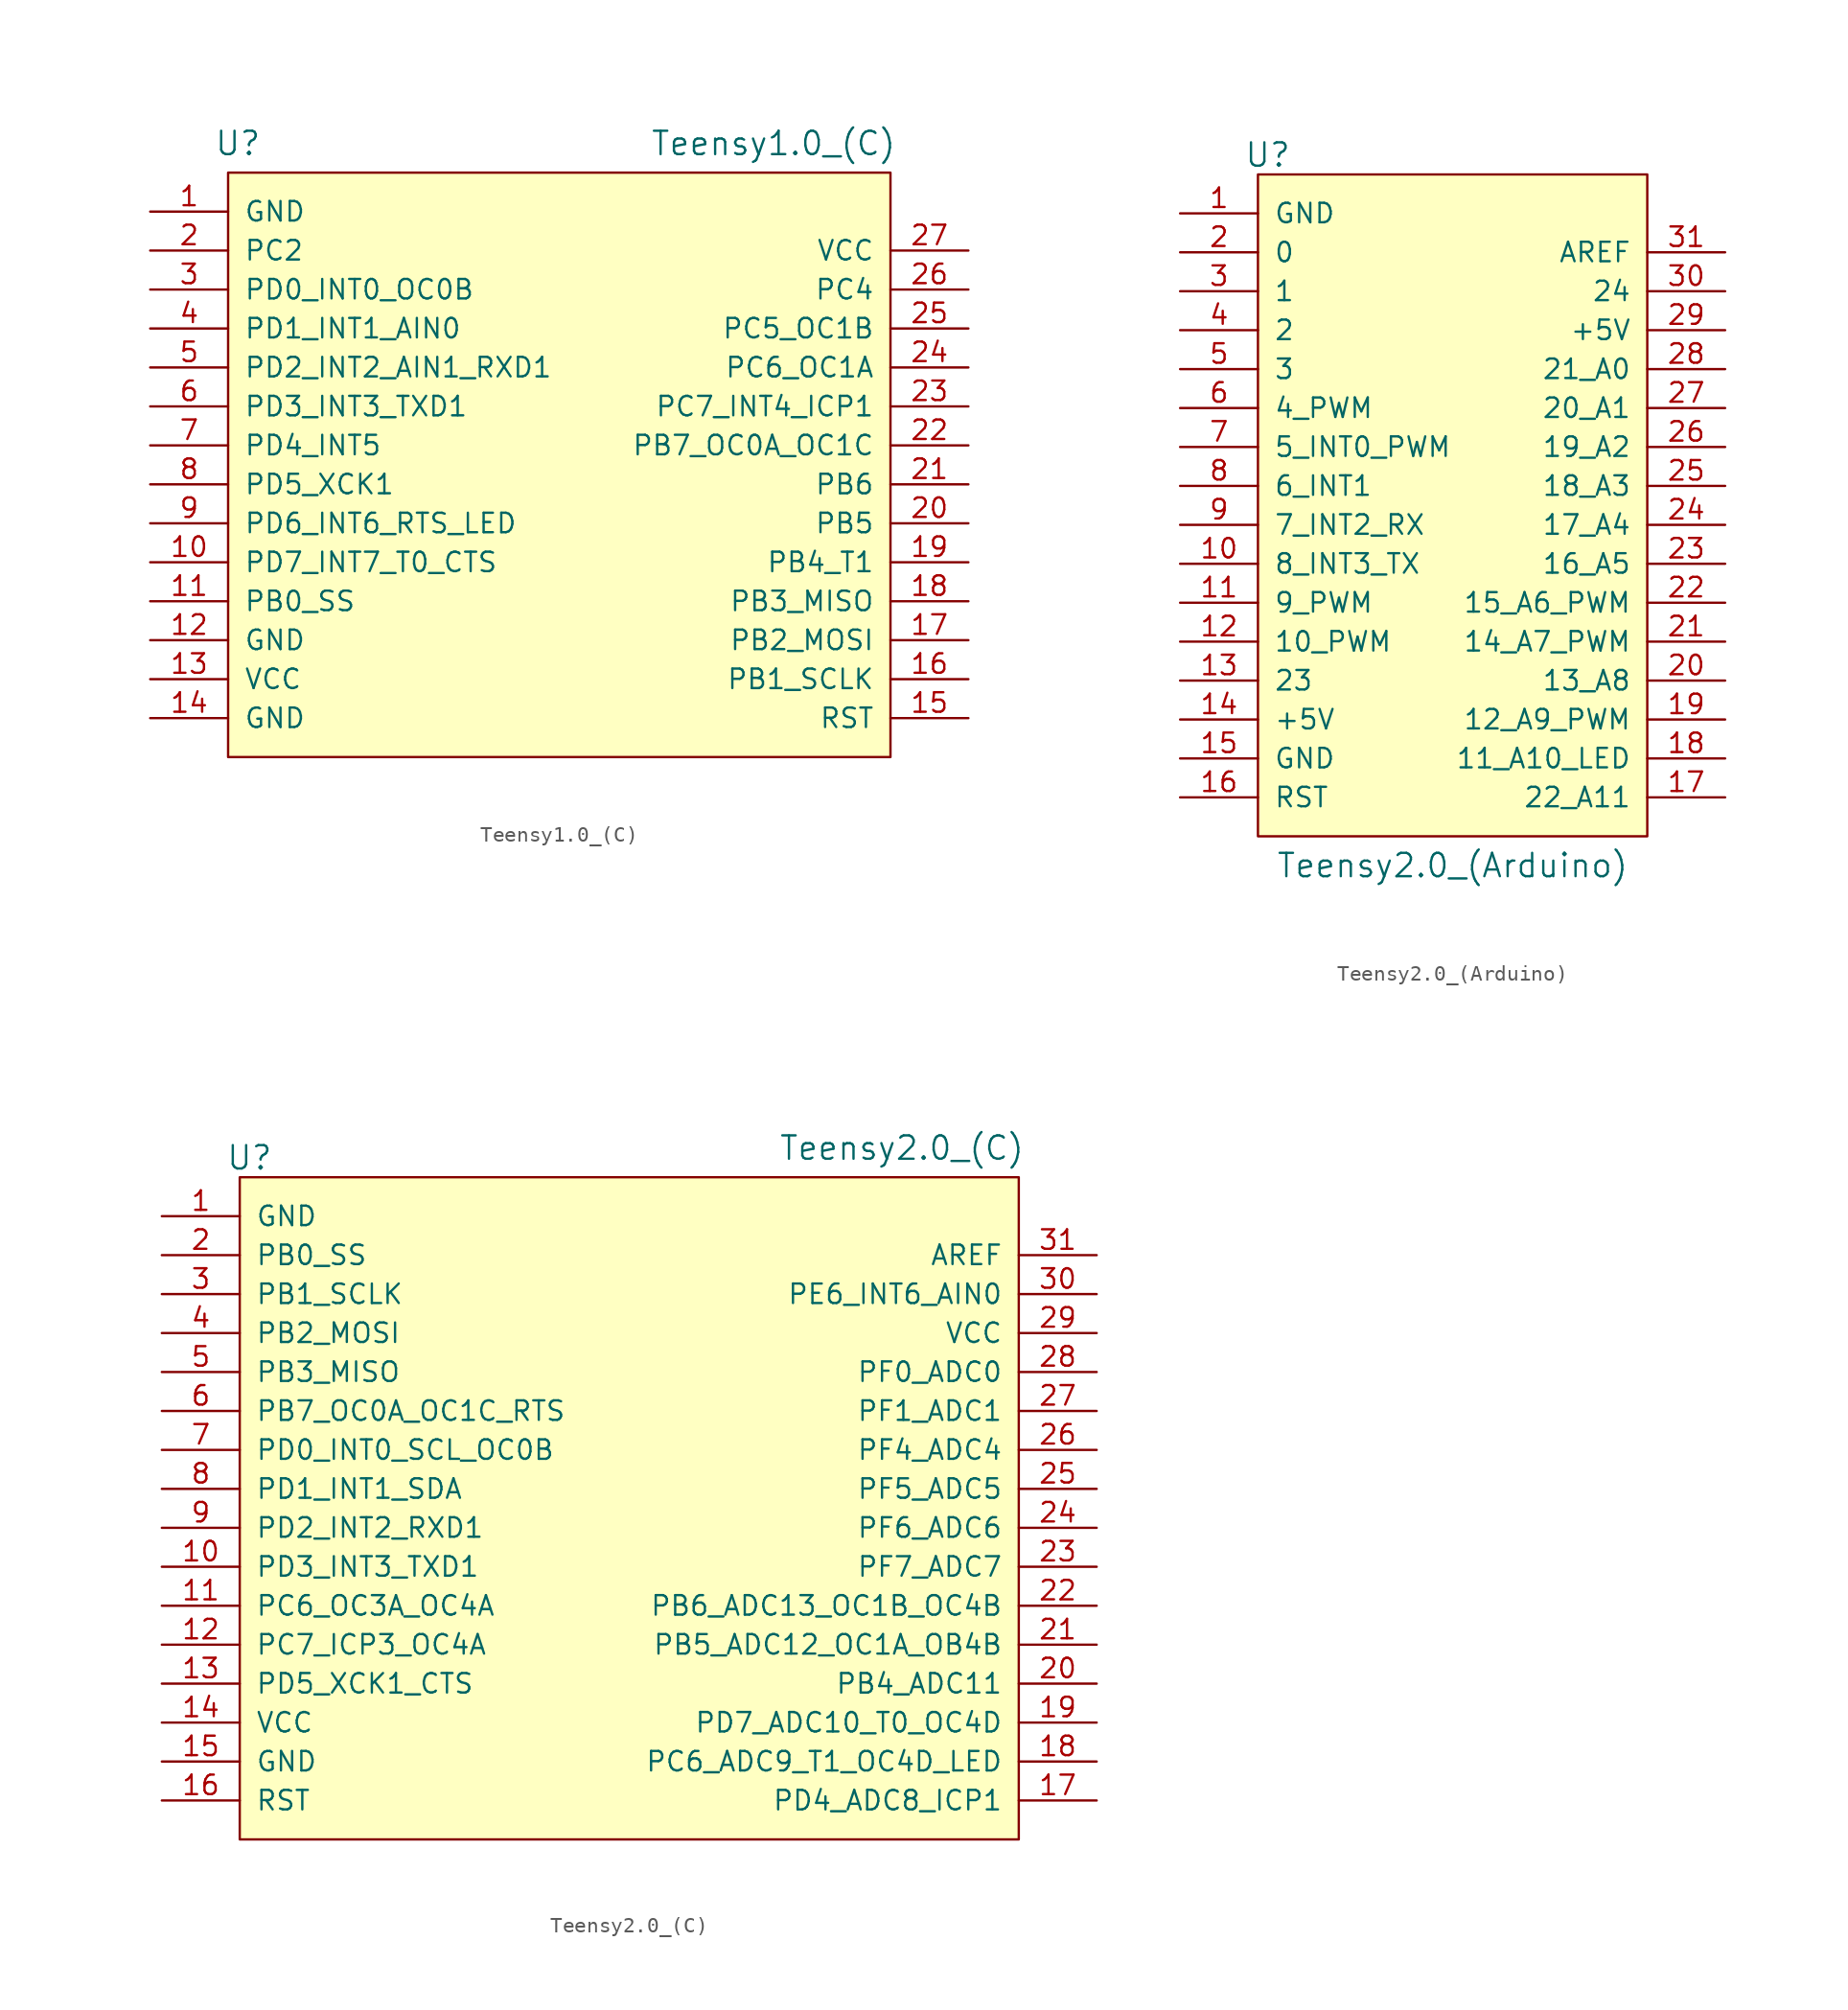
<source format=kicad_sym>
(kicad_symbol_lib
  (version 20231120)
  (generator "kicad_symbol_editor")
  (generator_version "8.0")
  (symbol "Teensy1.0_(C)"
    (pin_names
      (offset 1.016))
    (property "Reference" "U"
      (at -20.955 20.955 0)
      (effects (font (size 1.524 1.524))))
    (property "Value" "Teensy1.0_(C)"
      (at 13.97 20.955 0)
      (effects (font (size 1.524 1.524))))
    (symbol "Teensy1.0_(C)_0_1"
      (rectangle (start -21.59 19.05) (end 21.59 -19.05) (stroke (width 0) (type default)) (fill (type background))))
    (symbol "Teensy1.0_(C)_1_1"
      (pin power_in line (at -26.67 16.51 0) (length 5.08) (name "GND" (effects (font (size 1.27 1.27)))) (number "1" (effects (font (size 1.27 1.27)))))
      (pin bidirectional line (at -26.67 -6.35 0) (length 5.08) (name "PD7_INT7_T0_CTS" (effects (font (size 1.27 1.27)))) (number "10" (effects (font (size 1.27 1.27)))))
      (pin bidirectional line (at -26.67 -8.89 0) (length 5.08) (name "PB0_SS" (effects (font (size 1.27 1.27)))) (number "11" (effects (font (size 1.27 1.27)))))
      (pin power_in line (at -26.67 -11.43 0) (length 5.08) (name "GND" (effects (font (size 1.27 1.27)))) (number "12" (effects (font (size 1.27 1.27)))))
      (pin power_in line (at -26.67 -13.97 0) (length 5.08) (name "VCC" (effects (font (size 1.27 1.27)))) (number "13" (effects (font (size 1.27 1.27)))))
      (pin power_in line (at -26.67 -16.51 0) (length 5.08) (name "GND" (effects (font (size 1.27 1.27)))) (number "14" (effects (font (size 1.27 1.27)))))
      (pin input line (at 26.67 -16.51 180) (length 5.08) (name "RST" (effects (font (size 1.27 1.27)))) (number "15" (effects (font (size 1.27 1.27)))))
      (pin bidirectional line (at 26.67 -13.97 180) (length 5.08) (name "PB1_SCLK" (effects (font (size 1.27 1.27)))) (number "16" (effects (font (size 1.27 1.27)))))
      (pin bidirectional line (at 26.67 -11.43 180) (length 5.08) (name "PB2_MOSI" (effects (font (size 1.27 1.27)))) (number "17" (effects (font (size 1.27 1.27)))))
      (pin bidirectional line (at 26.67 -8.89 180) (length 5.08) (name "PB3_MISO" (effects (font (size 1.27 1.27)))) (number "18" (effects (font (size 1.27 1.27)))))
      (pin bidirectional line (at 26.67 -6.35 180) (length 5.08) (name "PB4_T1" (effects (font (size 1.27 1.27)))) (number "19" (effects (font (size 1.27 1.27)))))
      (pin bidirectional line (at -26.67 13.97 0) (length 5.08) (name "PC2" (effects (font (size 1.27 1.27)))) (number "2" (effects (font (size 1.27 1.27)))))
      (pin bidirectional line (at 26.67 -3.81 180) (length 5.08) (name "PB5" (effects (font (size 1.27 1.27)))) (number "20" (effects (font (size 1.27 1.27)))))
      (pin bidirectional line (at 26.67 -1.27 180) (length 5.08) (name "PB6" (effects (font (size 1.27 1.27)))) (number "21" (effects (font (size 1.27 1.27)))))
      (pin bidirectional line (at 26.67 1.27 180) (length 5.08) (name "PB7_OC0A_OC1C" (effects (font (size 1.27 1.27)))) (number "22" (effects (font (size 1.27 1.27)))))
      (pin bidirectional line (at 26.67 3.81 180) (length 5.08) (name "PC7_INT4_ICP1" (effects (font (size 1.27 1.27)))) (number "23" (effects (font (size 1.27 1.27)))))
      (pin bidirectional line (at 26.67 6.35 180) (length 5.08) (name "PC6_OC1A" (effects (font (size 1.27 1.27)))) (number "24" (effects (font (size 1.27 1.27)))))
      (pin bidirectional line (at 26.67 8.89 180) (length 5.08) (name "PC5_OC1B" (effects (font (size 1.27 1.27)))) (number "25" (effects (font (size 1.27 1.27)))))
      (pin bidirectional line (at 26.67 11.43 180) (length 5.08) (name "PC4" (effects (font (size 1.27 1.27)))) (number "26" (effects (font (size 1.27 1.27)))))
      (pin power_in line (at 26.67 13.97 180) (length 5.08) (name "VCC" (effects (font (size 1.27 1.27)))) (number "27" (effects (font (size 1.27 1.27)))))
      (pin bidirectional line (at -26.67 11.43 0) (length 5.08) (name "PD0_INT0_OC0B" (effects (font (size 1.27 1.27)))) (number "3" (effects (font (size 1.27 1.27)))))
      (pin bidirectional line (at -26.67 8.89 0) (length 5.08) (name "PD1_INT1_AIN0" (effects (font (size 1.27 1.27)))) (number "4" (effects (font (size 1.27 1.27)))))
      (pin bidirectional line (at -26.67 6.35 0) (length 5.08) (name "PD2_INT2_AIN1_RXD1" (effects (font (size 1.27 1.27)))) (number "5" (effects (font (size 1.27 1.27)))))
      (pin bidirectional line (at -26.67 3.81 0) (length 5.08) (name "PD3_INT3_TXD1" (effects (font (size 1.27 1.27)))) (number "6" (effects (font (size 1.27 1.27)))))
      (pin bidirectional line (at -26.67 1.27 0) (length 5.08) (name "PD4_INT5" (effects (font (size 1.27 1.27)))) (number "7" (effects (font (size 1.27 1.27)))))
      (pin bidirectional line (at -26.67 -1.27 0) (length 5.08) (name "PD5_XCK1" (effects (font (size 1.27 1.27)))) (number "8" (effects (font (size 1.27 1.27)))))
      (pin bidirectional line (at -26.67 -3.81 0) (length 5.08) (name "PD6_INT6_RTS_LED" (effects (font (size 1.27 1.27)))) (number "9" (effects (font (size 1.27 1.27)))))))
  (symbol "Teensy2.0_(Arduino)"
    (pin_names
      (offset 1.016))
    (property "Reference" "U"
      (at -12.065 22.86 0)
      (effects (font (size 1.524 1.524))))
    (property "Value" "Teensy2.0_(Arduino)"
      (at 0 -23.495 0)
      (effects (font (size 1.524 1.524))))
    (symbol "Teensy2.0_(Arduino)_0_1"
      (rectangle (start -12.7 21.59) (end 12.7 -21.59) (stroke (width 0) (type default)) (fill (type background))))
    (symbol "Teensy2.0_(Arduino)_1_1"
      (pin power_in line (at -17.78 19.05 0) (length 5.08) (name "GND" (effects (font (size 1.27 1.27)))) (number "1" (effects (font (size 1.27 1.27)))))
      (pin bidirectional line (at -17.78 -3.81 0) (length 5.08) (name "8_INT3_TX" (effects (font (size 1.27 1.27)))) (number "10" (effects (font (size 1.27 1.27)))))
      (pin bidirectional line (at -17.78 -6.35 0) (length 5.08) (name "9_PWM" (effects (font (size 1.27 1.27)))) (number "11" (effects (font (size 1.27 1.27)))))
      (pin bidirectional line (at -17.78 -8.89 0) (length 5.08) (name "10_PWM" (effects (font (size 1.27 1.27)))) (number "12" (effects (font (size 1.27 1.27)))))
      (pin bidirectional line (at -17.78 -11.43 0) (length 5.08) (name "23" (effects (font (size 1.27 1.27)))) (number "13" (effects (font (size 1.27 1.27)))))
      (pin power_in line (at -17.78 -13.97 0) (length 5.08) (name "+5V" (effects (font (size 1.27 1.27)))) (number "14" (effects (font (size 1.27 1.27)))))
      (pin power_in line (at -17.78 -16.51 0) (length 5.08) (name "GND" (effects (font (size 1.27 1.27)))) (number "15" (effects (font (size 1.27 1.27)))))
      (pin input line (at -17.78 -19.05 0) (length 5.08) (name "RST" (effects (font (size 1.27 1.27)))) (number "16" (effects (font (size 1.27 1.27)))))
      (pin bidirectional line (at 17.78 -19.05 180) (length 5.08) (name "22_A11" (effects (font (size 1.27 1.27)))) (number "17" (effects (font (size 1.27 1.27)))))
      (pin bidirectional line (at 17.78 -16.51 180) (length 5.08) (name "11_A10_LED" (effects (font (size 1.27 1.27)))) (number "18" (effects (font (size 1.27 1.27)))))
      (pin bidirectional line (at 17.78 -13.97 180) (length 5.08) (name "12_A9_PWM" (effects (font (size 1.27 1.27)))) (number "19" (effects (font (size 1.27 1.27)))))
      (pin bidirectional line (at -17.78 16.51 0) (length 5.08) (name "0" (effects (font (size 1.27 1.27)))) (number "2" (effects (font (size 1.27 1.27)))))
      (pin bidirectional line (at 17.78 -11.43 180) (length 5.08) (name "13_A8" (effects (font (size 1.27 1.27)))) (number "20" (effects (font (size 1.27 1.27)))))
      (pin bidirectional line (at 17.78 -8.89 180) (length 5.08) (name "14_A7_PWM" (effects (font (size 1.27 1.27)))) (number "21" (effects (font (size 1.27 1.27)))))
      (pin bidirectional line (at 17.78 -6.35 180) (length 5.08) (name "15_A6_PWM" (effects (font (size 1.27 1.27)))) (number "22" (effects (font (size 1.27 1.27)))))
      (pin bidirectional line (at 17.78 -3.81 180) (length 5.08) (name "16_A5" (effects (font (size 1.27 1.27)))) (number "23" (effects (font (size 1.27 1.27)))))
      (pin bidirectional line (at 17.78 -1.27 180) (length 5.08) (name "17_A4" (effects (font (size 1.27 1.27)))) (number "24" (effects (font (size 1.27 1.27)))))
      (pin bidirectional line (at 17.78 1.27 180) (length 5.08) (name "18_A3" (effects (font (size 1.27 1.27)))) (number "25" (effects (font (size 1.27 1.27)))))
      (pin bidirectional line (at 17.78 3.81 180) (length 5.08) (name "19_A2" (effects (font (size 1.27 1.27)))) (number "26" (effects (font (size 1.27 1.27)))))
      (pin bidirectional line (at 17.78 6.35 180) (length 5.08) (name "20_A1" (effects (font (size 1.27 1.27)))) (number "27" (effects (font (size 1.27 1.27)))))
      (pin bidirectional line (at 17.78 8.89 180) (length 5.08) (name "21_A0" (effects (font (size 1.27 1.27)))) (number "28" (effects (font (size 1.27 1.27)))))
      (pin power_in line (at 17.78 11.43 180) (length 5.08) (name "+5V" (effects (font (size 1.27 1.27)))) (number "29" (effects (font (size 1.27 1.27)))))
      (pin bidirectional line (at -17.78 13.97 0) (length 5.08) (name "1" (effects (font (size 1.27 1.27)))) (number "3" (effects (font (size 1.27 1.27)))))
      (pin bidirectional line (at 17.78 13.97 180) (length 5.08) (name "24" (effects (font (size 1.27 1.27)))) (number "30" (effects (font (size 1.27 1.27)))))
      (pin input line (at 17.78 16.51 180) (length 5.08) (name "AREF" (effects (font (size 1.27 1.27)))) (number "31" (effects (font (size 1.27 1.27)))))
      (pin bidirectional line (at -17.78 11.43 0) (length 5.08) (name "2" (effects (font (size 1.27 1.27)))) (number "4" (effects (font (size 1.27 1.27)))))
      (pin bidirectional line (at -17.78 8.89 0) (length 5.08) (name "3" (effects (font (size 1.27 1.27)))) (number "5" (effects (font (size 1.27 1.27)))))
      (pin bidirectional line (at -17.78 6.35 0) (length 5.08) (name "4_PWM" (effects (font (size 1.27 1.27)))) (number "6" (effects (font (size 1.27 1.27)))))
      (pin bidirectional line (at -17.78 3.81 0) (length 5.08) (name "5_INT0_PWM" (effects (font (size 1.27 1.27)))) (number "7" (effects (font (size 1.27 1.27)))))
      (pin bidirectional line (at -17.78 1.27 0) (length 5.08) (name "6_INT1" (effects (font (size 1.27 1.27)))) (number "8" (effects (font (size 1.27 1.27)))))
      (pin bidirectional line (at -17.78 -1.27 0) (length 5.08) (name "7_INT2_RX" (effects (font (size 1.27 1.27)))) (number "9" (effects (font (size 1.27 1.27)))))))
  (symbol "Teensy2.0_(C)"
    (pin_names
      (offset 1.016))
    (property "Reference" "U"
      (at -24.765 22.86 0)
      (effects (font (size 1.524 1.524))))
    (property "Value" "Teensy2.0_(C)"
      (at 17.78 23.495 0)
      (effects (font (size 1.524 1.524))))
    (symbol "Teensy2.0_(C)_0_1"
      (rectangle (start -25.4 21.59) (end 25.4 -21.59) (stroke (width 0) (type default)) (fill (type background))))
    (symbol "Teensy2.0_(C)_1_1"
      (pin power_in line (at -30.48 19.05 0) (length 5.08) (name "GND" (effects (font (size 1.27 1.27)))) (number "1" (effects (font (size 1.27 1.27)))))
      (pin bidirectional line (at -30.48 -3.81 0) (length 5.08) (name "PD3_INT3_TXD1" (effects (font (size 1.27 1.27)))) (number "10" (effects (font (size 1.27 1.27)))))
      (pin bidirectional line (at -30.48 -6.35 0) (length 5.08) (name "PC6_OC3A_OC4A" (effects (font (size 1.27 1.27)))) (number "11" (effects (font (size 1.27 1.27)))))
      (pin bidirectional line (at -30.48 -8.89 0) (length 5.08) (name "PC7_ICP3_OC4A" (effects (font (size 1.27 1.27)))) (number "12" (effects (font (size 1.27 1.27)))))
      (pin bidirectional line (at -30.48 -11.43 0) (length 5.08) (name "PD5_XCK1_CTS" (effects (font (size 1.27 1.27)))) (number "13" (effects (font (size 1.27 1.27)))))
      (pin power_in line (at -30.48 -13.97 0) (length 5.08) (name "VCC" (effects (font (size 1.27 1.27)))) (number "14" (effects (font (size 1.27 1.27)))))
      (pin power_in line (at -30.48 -16.51 0) (length 5.08) (name "GND" (effects (font (size 1.27 1.27)))) (number "15" (effects (font (size 1.27 1.27)))))
      (pin input line (at -30.48 -19.05 0) (length 5.08) (name "RST" (effects (font (size 1.27 1.27)))) (number "16" (effects (font (size 1.27 1.27)))))
      (pin bidirectional line (at 30.48 -19.05 180) (length 5.08) (name "PD4_ADC8_ICP1" (effects (font (size 1.27 1.27)))) (number "17" (effects (font (size 1.27 1.27)))))
      (pin bidirectional line (at 30.48 -16.51 180) (length 5.08) (name "PC6_ADC9_T1_OC4D_LED" (effects (font (size 1.27 1.27)))) (number "18" (effects (font (size 1.27 1.27)))))
      (pin bidirectional line (at 30.48 -13.97 180) (length 5.08) (name "PD7_ADC10_T0_OC4D" (effects (font (size 1.27 1.27)))) (number "19" (effects (font (size 1.27 1.27)))))
      (pin bidirectional line (at -30.48 16.51 0) (length 5.08) (name "PB0_SS" (effects (font (size 1.27 1.27)))) (number "2" (effects (font (size 1.27 1.27)))))
      (pin bidirectional line (at 30.48 -11.43 180) (length 5.08) (name "PB4_ADC11" (effects (font (size 1.27 1.27)))) (number "20" (effects (font (size 1.27 1.27)))))
      (pin bidirectional line (at 30.48 -8.89 180) (length 5.08) (name "PB5_ADC12_OC1A_OB4B" (effects (font (size 1.27 1.27)))) (number "21" (effects (font (size 1.27 1.27)))))
      (pin bidirectional line (at 30.48 -6.35 180) (length 5.08) (name "PB6_ADC13_OC1B_OC4B" (effects (font (size 1.27 1.27)))) (number "22" (effects (font (size 1.27 1.27)))))
      (pin bidirectional line (at 30.48 -3.81 180) (length 5.08) (name "PF7_ADC7" (effects (font (size 1.27 1.27)))) (number "23" (effects (font (size 1.27 1.27)))))
      (pin bidirectional line (at 30.48 -1.27 180) (length 5.08) (name "PF6_ADC6" (effects (font (size 1.27 1.27)))) (number "24" (effects (font (size 1.27 1.27)))))
      (pin bidirectional line (at 30.48 1.27 180) (length 5.08) (name "PF5_ADC5" (effects (font (size 1.27 1.27)))) (number "25" (effects (font (size 1.27 1.27)))))
      (pin bidirectional line (at 30.48 3.81 180) (length 5.08) (name "PF4_ADC4" (effects (font (size 1.27 1.27)))) (number "26" (effects (font (size 1.27 1.27)))))
      (pin bidirectional line (at 30.48 6.35 180) (length 5.08) (name "PF1_ADC1" (effects (font (size 1.27 1.27)))) (number "27" (effects (font (size 1.27 1.27)))))
      (pin bidirectional line (at 30.48 8.89 180) (length 5.08) (name "PF0_ADC0" (effects (font (size 1.27 1.27)))) (number "28" (effects (font (size 1.27 1.27)))))
      (pin power_in line (at 30.48 11.43 180) (length 5.08) (name "VCC" (effects (font (size 1.27 1.27)))) (number "29" (effects (font (size 1.27 1.27)))))
      (pin bidirectional line (at -30.48 13.97 0) (length 5.08) (name "PB1_SCLK" (effects (font (size 1.27 1.27)))) (number "3" (effects (font (size 1.27 1.27)))))
      (pin bidirectional line (at 30.48 13.97 180) (length 5.08) (name "PE6_INT6_AIN0" (effects (font (size 1.27 1.27)))) (number "30" (effects (font (size 1.27 1.27)))))
      (pin input line (at 30.48 16.51 180) (length 5.08) (name "AREF" (effects (font (size 1.27 1.27)))) (number "31" (effects (font (size 1.27 1.27)))))
      (pin bidirectional line (at -30.48 11.43 0) (length 5.08) (name "PB2_MOSI" (effects (font (size 1.27 1.27)))) (number "4" (effects (font (size 1.27 1.27)))))
      (pin bidirectional line (at -30.48 8.89 0) (length 5.08) (name "PB3_MISO" (effects (font (size 1.27 1.27)))) (number "5" (effects (font (size 1.27 1.27)))))
      (pin bidirectional line (at -30.48 6.35 0) (length 5.08) (name "PB7_OC0A_OC1C_RTS" (effects (font (size 1.27 1.27)))) (number "6" (effects (font (size 1.27 1.27)))))
      (pin bidirectional line (at -30.48 3.81 0) (length 5.08) (name "PD0_INT0_SCL_OC0B" (effects (font (size 1.27 1.27)))) (number "7" (effects (font (size 1.27 1.27)))))
      (pin bidirectional line (at -30.48 1.27 0) (length 5.08) (name "PD1_INT1_SDA" (effects (font (size 1.27 1.27)))) (number "8" (effects (font (size 1.27 1.27)))))
      (pin bidirectional line (at -30.48 -1.27 0) (length 5.08) (name "PD2_INT2_RXD1" (effects (font (size 1.27 1.27)))) (number "9" (effects (font (size 1.27 1.27))))))))
</source>
